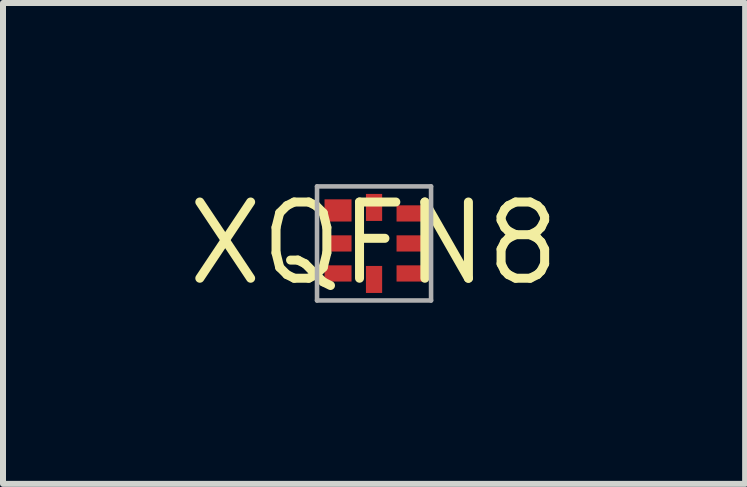
<source format=kicad_pcb>
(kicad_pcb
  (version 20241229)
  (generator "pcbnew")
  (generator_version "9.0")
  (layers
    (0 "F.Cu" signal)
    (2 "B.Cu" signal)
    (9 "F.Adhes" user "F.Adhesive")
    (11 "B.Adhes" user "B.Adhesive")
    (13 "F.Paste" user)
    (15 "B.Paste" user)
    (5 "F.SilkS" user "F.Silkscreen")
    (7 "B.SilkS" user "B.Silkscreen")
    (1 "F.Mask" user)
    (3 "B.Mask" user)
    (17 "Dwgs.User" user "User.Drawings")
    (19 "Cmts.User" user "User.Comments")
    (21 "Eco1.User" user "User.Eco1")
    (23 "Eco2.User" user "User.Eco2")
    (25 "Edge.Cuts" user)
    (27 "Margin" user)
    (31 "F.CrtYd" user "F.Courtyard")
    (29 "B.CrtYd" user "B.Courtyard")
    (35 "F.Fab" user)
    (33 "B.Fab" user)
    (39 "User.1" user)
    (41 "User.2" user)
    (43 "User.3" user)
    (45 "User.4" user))
  (footprint "XQFN8"
    (layer "F.Cu")
    (at 3.182 1.006)
    (property "Reference" "XQFN8" (at 0 0 0) (layer "F.SilkS") (effects (font (size 1.27 1.27) (thickness 0.15))))
    (fp_line (start -0.95 -0.95) (end -0.95 0.95) (stroke (width 0.076) (type solid)) (layer "F.Fab"))
    (fp_line (start -0.95 -0.95) (end 0.95 -0.95) (stroke (width 0.076) (type solid)) (layer "F.Fab"))
    (fp_line (start 0.95 -0.95) (end 0.95 0.95) (stroke (width 0.076) (type solid)) (layer "F.Fab"))
    (fp_line (start 0.95 0.95) (end -0.95 0.95) (stroke (width 0.076) (type solid)) (layer "F.Fab"))
    (pad "FD" smd rect (at 0 0.6 270) (size 0.45 0.27) (layers "F.Cu" "F.Mask" "F.Paste"))
    (pad "LA" smd rect (at -0.6 -0.55 180) (size 0.45 0.37) (layers "F.Cu" "F.Mask" "F.Paste"))
    (pad "LB" smd rect (at 0 -0.6 90) (size 0.45 0.27) (layers "F.Cu" "F.Mask" "F.Paste"))
    (pad "SCL" smd rect (at -0.6 0.5 180) (size 0.45 0.27) (layers "F.Cu" "F.Mask" "F.Paste"))
    (pad "SDA" smd rect (at 0.6 0.5) (size 0.45 0.27) (layers "F.Cu" "F.Mask" "F.Paste"))
    (pad "VCC" smd rect (at 0.6 0) (size 0.45 0.27) (layers "F.Cu" "F.Mask" "F.Paste"))
    (pad "VOUT" smd rect (at 0.6 -0.5) (size 0.45 0.27) (layers "F.Cu" "F.Mask" "F.Paste"))
    (pad "VSS" smd rect (at -0.6 0 180) (size 0.45 0.27) (layers "F.Cu" "F.Mask" "F.Paste")))
  (gr_rect
    (start -3 -3)
    (end 9.365 5.012)
    (stroke (width 0.1) (type default))
    (fill no)
    (layer "Edge.Cuts")))
</source>
